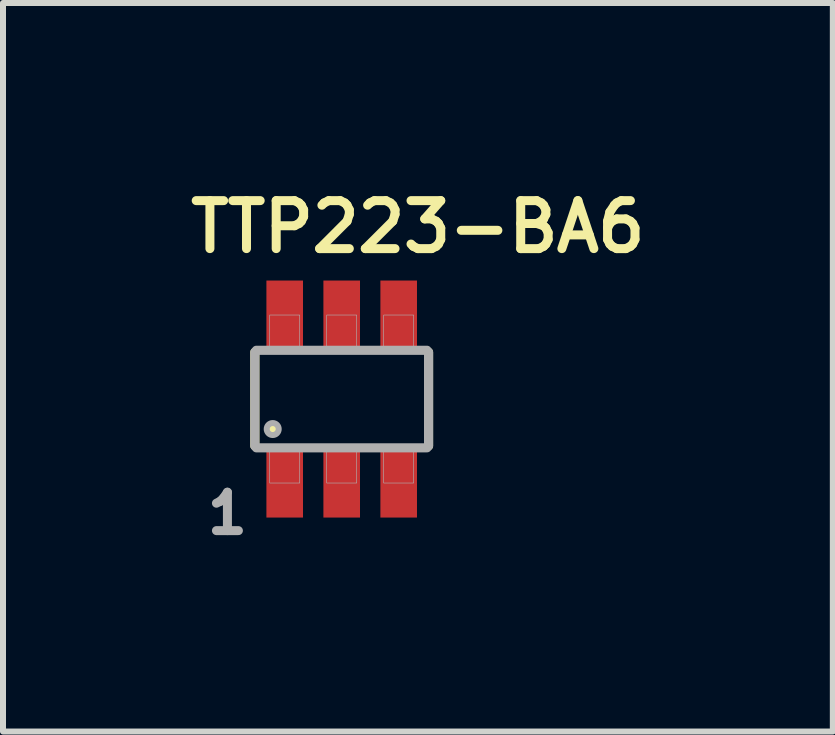
<source format=kicad_pcb>
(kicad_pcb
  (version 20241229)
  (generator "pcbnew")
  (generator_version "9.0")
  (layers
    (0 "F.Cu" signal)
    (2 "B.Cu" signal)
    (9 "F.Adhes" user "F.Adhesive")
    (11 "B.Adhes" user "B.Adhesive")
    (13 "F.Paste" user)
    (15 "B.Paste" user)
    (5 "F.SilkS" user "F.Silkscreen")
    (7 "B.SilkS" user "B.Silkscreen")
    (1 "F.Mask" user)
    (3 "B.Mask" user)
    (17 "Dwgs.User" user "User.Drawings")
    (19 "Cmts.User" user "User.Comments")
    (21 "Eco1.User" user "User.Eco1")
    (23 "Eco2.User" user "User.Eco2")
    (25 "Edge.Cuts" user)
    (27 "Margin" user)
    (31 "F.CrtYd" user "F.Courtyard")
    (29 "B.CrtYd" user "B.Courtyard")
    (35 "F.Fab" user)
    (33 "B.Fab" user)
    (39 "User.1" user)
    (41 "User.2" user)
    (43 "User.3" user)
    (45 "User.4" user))
  (footprint "TTP223-BA6"
    (layer "F.Cu")
    (at 2.646 3.602)
    (property "Reference" "TTP223-BA6" (at 1.27 -2.87 0) (layer "F.SilkS") (effects (font (size 0.8 0.8) (thickness 0.15))))
    (attr smd)
    (fp_line (start -1.448 0.781) (end -1.448 -0.781) (stroke (width 0.152) (type solid)) (layer "F.SilkS"))
    (fp_line (start 1.448 -0.781) (end 1.448 0.781) (stroke (width 0.152) (type solid)) (layer "F.SilkS"))
    (fp_circle (center -1.15 0.5) (end -1.05 0.5) (stroke (width 0) (type solid)) (fill yes) (layer "F.SilkS"))
    (fp_line (start -1.448 0.781) (end -1.448 -0.781) (stroke (width 0.152) (type solid)) (layer "F.Fab"))
    (fp_line (start -1.423 -0.813) (end 1.422 -0.813) (stroke (width 0.152) (type solid)) (layer "F.Fab"))
    (fp_line (start 1.422 0.813) (end -1.423 0.813) (stroke (width 0.152) (type solid)) (layer "F.Fab"))
    (fp_line (start 1.448 0.781) (end 1.448 -0.781) (stroke (width 0.152) (type solid)) (layer "F.Fab"))
    (fp_circle (center -1.15 0.5) (end -1.05 0.5) (stroke (width 0.1) (type solid)) (fill no) (layer "F.Fab"))
    (fp_poly (pts (xy -1.2 -1.4) (xy -0.7 -1.4) (xy -0.7 -0.8) (xy -1.2 -0.8)) (stroke (width 0.01) (type solid)) (fill no) (layer "F.Fab"))
    (fp_poly (pts (xy -1.2 0.8) (xy -0.7 0.8) (xy -0.7 1.4) (xy -1.2 1.4)) (stroke (width 0.01) (type solid)) (fill no) (layer "F.Fab"))
    (fp_poly (pts (xy -0.25 -1.4) (xy 0.25 -1.4) (xy 0.25 -0.8) (xy -0.25 -0.8)) (stroke (width 0.01) (type solid)) (fill no) (layer "F.Fab"))
    (fp_poly (pts (xy -0.25 0.8) (xy 0.25 0.8) (xy 0.25 1.4) (xy -0.25 1.4)) (stroke (width 0.01) (type solid)) (fill no) (layer "F.Fab"))
    (fp_poly (pts (xy 0.7 -1.4) (xy 1.2 -1.4) (xy 1.2 -0.8) (xy 0.7 -0.8)) (stroke (width 0.01) (type solid)) (fill no) (layer "F.Fab"))
    (fp_poly (pts (xy 0.7 0.8) (xy 1.2 0.8) (xy 1.2 1.4) (xy 0.7 1.4)) (stroke (width 0.01) (type solid)) (fill no) (layer "F.Fab"))
    (fp_text user "1" (at -1.905 1.905 0) (layer "F.Fab") (effects (font (size 0.64 0.64) (thickness 0.15))))
    (pad "1" smd rect (at -0.95 1.404) (size 0.61 1.143) (layers "F.Cu" "F.Mask" "F.Paste"))
    (pad "2" smd rect (at 0 1.404) (size 0.61 1.143) (layers "F.Cu" "F.Mask" "F.Paste"))
    (pad "3" smd rect (at 0.95 1.404) (size 0.61 1.143) (layers "F.Cu" "F.Mask" "F.Paste"))
    (pad "4" smd rect (at 0.95 -1.404) (size 0.61 1.143) (layers "F.Cu" "F.Mask" "F.Paste"))
    (pad "5" smd rect (at 0 -1.404) (size 0.61 1.143) (layers "F.Cu" "F.Mask" "F.Paste"))
    (pad "6" smd rect (at -0.95 -1.404) (size 0.61 1.143) (layers "F.Cu" "F.Mask" "F.Paste")))
  (gr_rect
    (start -3 -3)
    (end 10.833 9.144)
    (stroke (width 0.1) (type default))
    (fill no)
    (layer "Edge.Cuts")))
</source>
